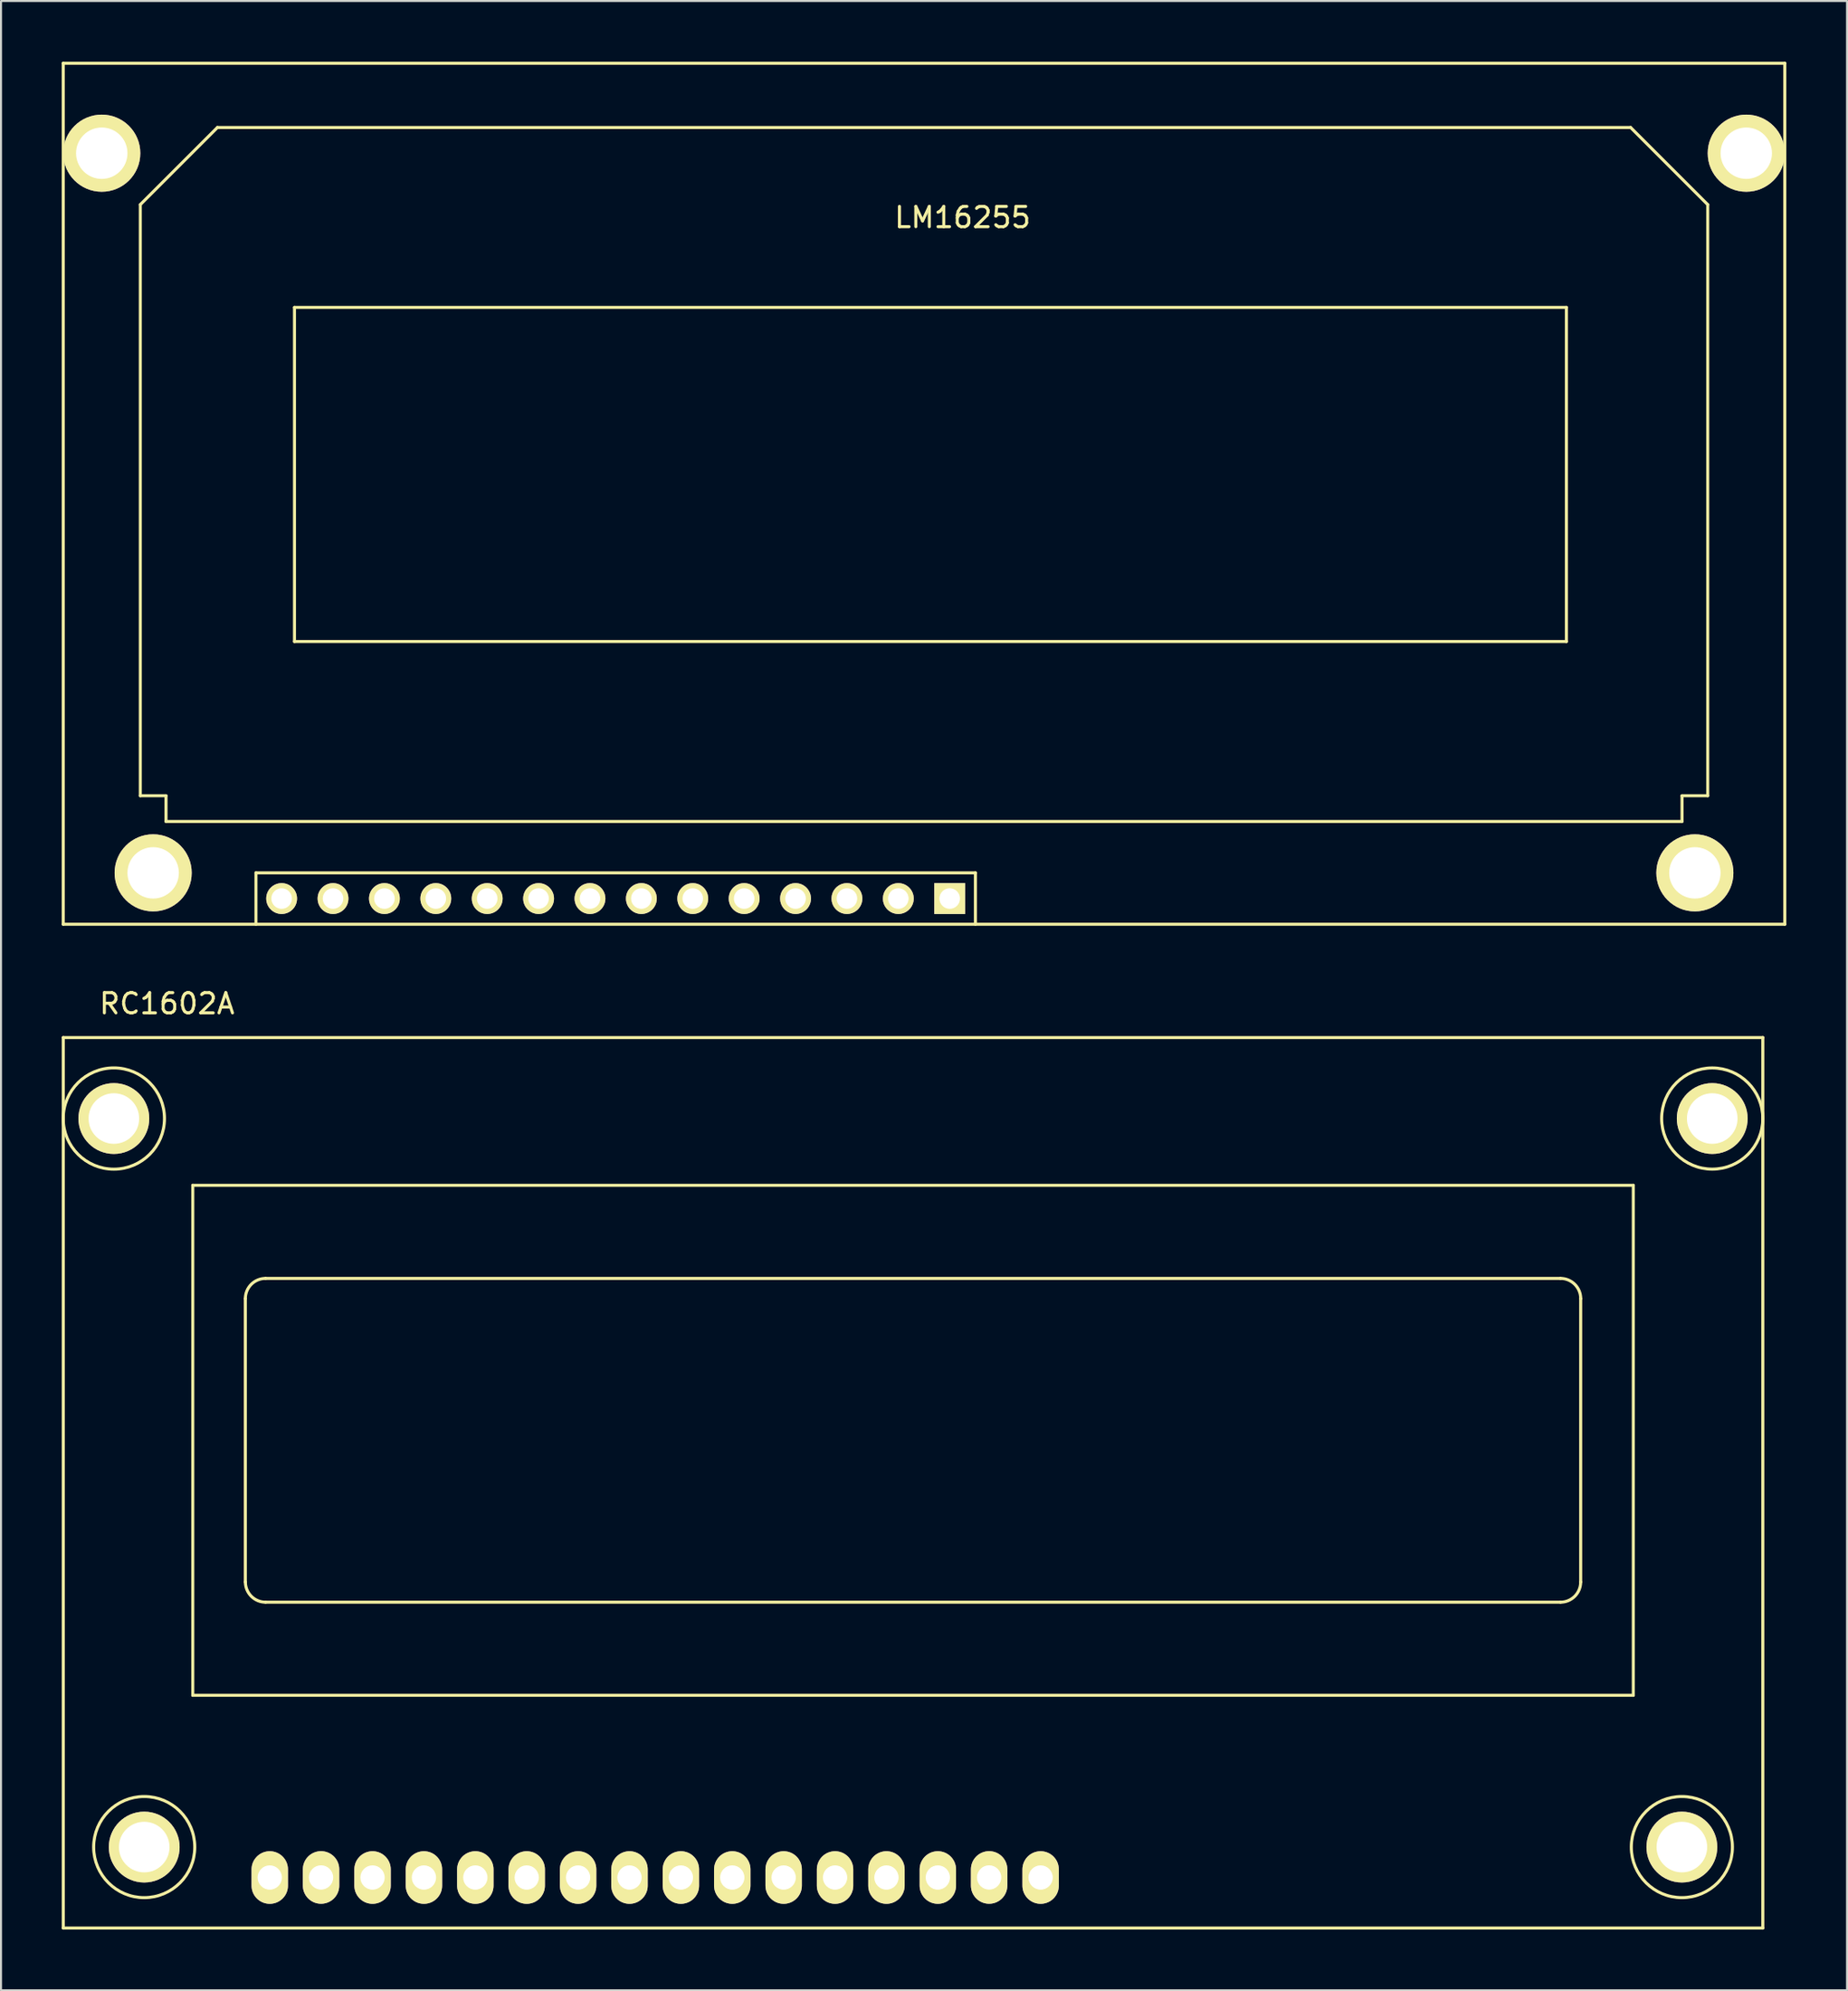
<source format=kicad_pcb>
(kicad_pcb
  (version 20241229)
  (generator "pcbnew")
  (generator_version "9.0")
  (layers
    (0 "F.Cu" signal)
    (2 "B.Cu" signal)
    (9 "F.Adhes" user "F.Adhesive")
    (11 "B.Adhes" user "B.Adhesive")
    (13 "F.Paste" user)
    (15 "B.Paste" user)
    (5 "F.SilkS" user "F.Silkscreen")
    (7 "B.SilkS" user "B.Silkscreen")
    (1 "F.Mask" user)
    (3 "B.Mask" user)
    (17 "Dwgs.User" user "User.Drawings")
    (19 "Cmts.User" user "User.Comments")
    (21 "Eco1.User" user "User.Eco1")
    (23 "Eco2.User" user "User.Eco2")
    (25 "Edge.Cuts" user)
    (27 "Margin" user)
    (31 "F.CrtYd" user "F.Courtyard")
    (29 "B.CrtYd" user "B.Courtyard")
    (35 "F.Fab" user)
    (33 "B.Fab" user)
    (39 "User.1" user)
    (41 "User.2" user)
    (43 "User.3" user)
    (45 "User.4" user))
  (footprint "RC1602A"
    (layer "F.Cu")
    (at 43.303 89.723)
    (property "Reference" "RC1602A" (at -38.1 -43.18 0) (layer "F.SilkS") (effects (font (size 1 1) (thickness 0.15))))
    (attr through_hole)
    (fp_line (start -43.226 -41.504) (end -43.226 2.497) (stroke (width 0.15) (type solid)) (layer "F.SilkS"))
    (fp_line (start -36.825 -34.204) (end 34.374 -34.204) (stroke (width 0.15) (type solid)) (layer "F.SilkS"))
    (fp_line (start -36.825 -9.004) (end -36.825 -34.204) (stroke (width 0.15) (type solid)) (layer "F.SilkS"))
    (fp_line (start -34.227 -14.602) (end -34.227 -28.603) (stroke (width 0.15) (type solid)) (layer "F.SilkS"))
    (fp_line (start -33.226 -29.604) (end 30.775 -29.604) (stroke (width 0.15) (type solid)) (layer "F.SilkS"))
    (fp_line (start 30.775 -13.604) (end -33.226 -13.604) (stroke (width 0.15) (type solid)) (layer "F.SilkS"))
    (fp_line (start 31.773 -28.603) (end 31.773 -14.602) (stroke (width 0.15) (type solid)) (layer "F.SilkS"))
    (fp_line (start 34.374 -34.204) (end 34.374 -9.004) (stroke (width 0.15) (type solid)) (layer "F.SilkS"))
    (fp_line (start 34.374 -9.004) (end -36.825 -9.004) (stroke (width 0.15) (type solid)) (layer "F.SilkS"))
    (fp_line (start 40.775 -41.504) (end -43.226 -41.504) (stroke (width 0.15) (type solid)) (layer "F.SilkS"))
    (fp_line (start 40.775 -41.504) (end 40.775 2.497) (stroke (width 0.15) (type solid)) (layer "F.SilkS"))
    (fp_line (start 40.775 2.497) (end -43.226 2.497) (stroke (width 0.15) (type solid)) (layer "F.SilkS"))
    (fp_arc (start -34.2265 -28.60294) (mid -33.933384 -29.310584) (end -33.22574 -29.6037) (stroke (width 0.15) (type solid)) (layer "F.SilkS"))
    (fp_arc (start -33.22574 -13.60424) (mid -33.931588 -13.896612) (end -34.22396 -14.60246) (stroke (width 0.15) (type solid)) (layer "F.SilkS"))
    (fp_arc (start 30.77464 -29.6037) (mid 31.482284 -29.310584) (end 31.7754 -28.60294) (stroke (width 0.15) (type solid)) (layer "F.SilkS"))
    (fp_arc (start 31.77286 -14.60246) (mid 31.480488 -13.896612) (end 30.77464 -13.60424) (stroke (width 0.15) (type solid)) (layer "F.SilkS"))
    (fp_circle (center -40.726 -37.503) (end -38.224 -37.503) (stroke (width 0.15) (type solid)) (fill no) (layer "F.SilkS"))
    (fp_circle (center -39.225 -1.504) (end -36.726 -1.504) (stroke (width 0.15) (type solid)) (fill no) (layer "F.SilkS"))
    (fp_circle (center 36.774 -1.504) (end 39.273 -1.504) (stroke (width 0.15) (type solid)) (fill no) (layer "F.SilkS"))
    (fp_circle (center 38.275 -37.503) (end 40.775 -37.503) (stroke (width 0.15) (type solid)) (fill no) (layer "F.SilkS"))
    (pad "0" thru_hole circle (at -40.726 -37.503) (size 3.5 3.5) (drill 2.5) (layers "*.Cu" "*.Mask" "F.SilkS"))
    (pad "0" thru_hole circle (at -39.225 -1.504) (size 3.5 3.5) (drill 2.5) (layers "*.Cu" "*.Mask" "F.SilkS"))
    (pad "0" thru_hole circle (at 36.774 -1.504) (size 3.5 3.5) (drill 2.5) (layers "*.Cu" "*.Mask" "F.SilkS"))
    (pad "0" thru_hole circle (at 38.275 -37.503) (size 3.5 3.5) (drill 2.5) (layers "*.Cu" "*.Mask" "F.SilkS"))
    (pad "1" thru_hole oval (at 0 0) (size 1.8 2.6) (drill 1.2) (layers "*.Cu" "*.Mask" "F.SilkS"))
    (pad "2" thru_hole oval (at -2.54 0) (size 1.8 2.6) (drill 1.2) (layers "*.Cu" "*.Mask" "F.SilkS"))
    (pad "3" thru_hole oval (at -5.08 0) (size 1.8 2.6) (drill 1.2) (layers "*.Cu" "*.Mask" "F.SilkS"))
    (pad "4" thru_hole oval (at -7.62 0) (size 1.8 2.6) (drill 1.2) (layers "*.Cu" "*.Mask" "F.SilkS"))
    (pad "5" thru_hole oval (at -10.16 0) (size 1.8 2.6) (drill 1.2) (layers "*.Cu" "*.Mask" "F.SilkS"))
    (pad "6" thru_hole oval (at -12.7 0) (size 1.8 2.6) (drill 1.2) (layers "*.Cu" "*.Mask" "F.SilkS"))
    (pad "7" thru_hole oval (at -15.24 0) (size 1.8 2.6) (drill 1.2) (layers "*.Cu" "*.Mask" "F.SilkS"))
    (pad "8" thru_hole oval (at -17.78 0) (size 1.8 2.6) (drill 1.2) (layers "*.Cu" "*.Mask" "F.SilkS"))
    (pad "9" thru_hole oval (at -20.32 0) (size 1.8 2.6) (drill 1.2) (layers "*.Cu" "*.Mask" "F.SilkS"))
    (pad "10" thru_hole oval (at -22.86 0) (size 1.8 2.6) (drill 1.2) (layers "*.Cu" "*.Mask" "F.SilkS"))
    (pad "11" thru_hole oval (at -25.4 0) (size 1.8 2.6) (drill 1.2) (layers "*.Cu" "*.Mask" "F.SilkS"))
    (pad "12" thru_hole oval (at -27.94 0) (size 1.8 2.6) (drill 1.2) (layers "*.Cu" "*.Mask" "F.SilkS"))
    (pad "13" thru_hole oval (at -30.485 -0.003) (size 1.8 2.6) (drill 1.2) (layers "*.Cu" "*.Mask" "F.SilkS"))
    (pad "14" thru_hole oval (at -33.02 0) (size 1.8 2.6) (drill 1.2) (layers "*.Cu" "*.Mask" "F.SilkS"))
    (pad "15" thru_hole oval (at 5.08 0) (size 1.8 2.6) (drill 1.2) (layers "*.Cu" "*.Mask" "F.SilkS"))
    (pad "16" thru_hole oval (at 2.535 -0.003) (size 1.8 2.6) (drill 1.2) (layers "*.Cu" "*.Mask" "F.SilkS")))
  (footprint "LM16255"
    (layer "F.Cu")
    (at 27.38 41.35)
    (property "Reference" "LM16255" (at 17.145 -33.655 0) (layer "F.SilkS") (effects (font (size 1 1) (thickness 0.15))))
    (attr through_hole)
    (fp_line (start -27.305 -41.275) (end 57.785 -41.275) (stroke (width 0.15) (type solid)) (layer "F.SilkS"))
    (fp_line (start -27.305 1.27) (end -27.305 -41.275) (stroke (width 0.15) (type solid)) (layer "F.SilkS"))
    (fp_line (start -23.495 -34.29) (end -19.685 -38.1) (stroke (width 0.15) (type solid)) (layer "F.SilkS"))
    (fp_line (start -23.495 -5.08) (end -23.495 -34.29) (stroke (width 0.15) (type solid)) (layer "F.SilkS"))
    (fp_line (start -22.225 -5.08) (end -23.495 -5.08) (stroke (width 0.15) (type solid)) (layer "F.SilkS"))
    (fp_line (start -22.225 -3.81) (end -22.225 -5.08) (stroke (width 0.15) (type solid)) (layer "F.SilkS"))
    (fp_line (start -19.685 -38.1) (end 50.165 -38.1) (stroke (width 0.15) (type solid)) (layer "F.SilkS"))
    (fp_line (start -17.78 -1.27) (end 17.78 -1.27) (stroke (width 0.15) (type solid)) (layer "F.SilkS"))
    (fp_line (start -17.78 1.27) (end -17.78 -1.27) (stroke (width 0.15) (type solid)) (layer "F.SilkS"))
    (fp_line (start -15.875 -29.21) (end 46.99 -29.21) (stroke (width 0.15) (type solid)) (layer "F.SilkS"))
    (fp_line (start -15.875 -12.7) (end -15.875 -29.21) (stroke (width 0.15) (type solid)) (layer "F.SilkS"))
    (fp_line (start 17.78 -1.27) (end 17.78 1.27) (stroke (width 0.15) (type solid)) (layer "F.SilkS"))
    (fp_line (start 46.99 -29.21) (end 46.99 -12.7) (stroke (width 0.15) (type solid)) (layer "F.SilkS"))
    (fp_line (start 46.99 -12.7) (end -15.875 -12.7) (stroke (width 0.15) (type solid)) (layer "F.SilkS"))
    (fp_line (start 50.165 -38.1) (end 53.975 -34.29) (stroke (width 0.15) (type solid)) (layer "F.SilkS"))
    (fp_line (start 52.705 -5.08) (end 52.705 -3.81) (stroke (width 0.15) (type solid)) (layer "F.SilkS"))
    (fp_line (start 52.705 -3.81) (end -22.225 -3.81) (stroke (width 0.15) (type solid)) (layer "F.SilkS"))
    (fp_line (start 53.975 -34.29) (end 53.975 -5.08) (stroke (width 0.15) (type solid)) (layer "F.SilkS"))
    (fp_line (start 53.975 -5.08) (end 52.705 -5.08) (stroke (width 0.15) (type solid)) (layer "F.SilkS"))
    (fp_line (start 57.785 -41.275) (end 57.785 1.27) (stroke (width 0.15) (type solid)) (layer "F.SilkS"))
    (fp_line (start 57.785 1.27) (end -27.305 1.27) (stroke (width 0.15) (type solid)) (layer "F.SilkS"))
    (pad "1" thru_hole rect (at 16.51 0) (size 1.524 1.524) (drill 1.016) (layers "*.Cu" "*.Mask" "F.SilkS"))
    (pad "2" thru_hole circle (at 13.97 0) (size 1.524 1.524) (drill 1.016) (layers "*.Cu" "*.Mask" "F.SilkS"))
    (pad "3" thru_hole circle (at 11.43 0) (size 1.524 1.524) (drill 1.016) (layers "*.Cu" "*.Mask" "F.SilkS"))
    (pad "4" thru_hole circle (at 8.89 0) (size 1.524 1.524) (drill 1.016) (layers "*.Cu" "*.Mask" "F.SilkS"))
    (pad "5" thru_hole circle (at 6.35 0) (size 1.524 1.524) (drill 1.016) (layers "*.Cu" "*.Mask" "F.SilkS"))
    (pad "6" thru_hole circle (at 3.81 0) (size 1.524 1.524) (drill 1.016) (layers "*.Cu" "*.Mask" "F.SilkS"))
    (pad "7" thru_hole circle (at 1.27 0) (size 1.524 1.524) (drill 1.016) (layers "*.Cu" "*.Mask" "F.SilkS"))
    (pad "8" thru_hole circle (at -1.27 0) (size 1.524 1.524) (drill 1.016) (layers "*.Cu" "*.Mask" "F.SilkS"))
    (pad "9" thru_hole circle (at -3.81 0) (size 1.524 1.524) (drill 1.016) (layers "*.Cu" "*.Mask" "F.SilkS"))
    (pad "10" thru_hole circle (at -6.35 0) (size 1.524 1.524) (drill 1.016) (layers "*.Cu" "*.Mask" "F.SilkS"))
    (pad "11" thru_hole circle (at -8.89 0) (size 1.524 1.524) (drill 1.016) (layers "*.Cu" "*.Mask" "F.SilkS"))
    (pad "12" thru_hole circle (at -11.43 0) (size 1.524 1.524) (drill 1.016) (layers "*.Cu" "*.Mask" "F.SilkS"))
    (pad "13" thru_hole circle (at -13.97 0) (size 1.524 1.524) (drill 1.016) (layers "*.Cu" "*.Mask" "F.SilkS"))
    (pad "14" thru_hole circle (at -16.51 0) (size 1.524 1.524) (drill 1.016) (layers "*.Cu" "*.Mask" "F.SilkS"))
    (pad "HOLE" thru_hole circle (at -25.4 -36.83) (size 3.81 3.81) (drill 2.54) (layers "*.Cu" "*.Mask" "F.SilkS"))
    (pad "HOLE" thru_hole circle (at -22.86 -1.27) (size 3.81 3.81) (drill 2.54) (layers "*.Cu" "*.Mask" "F.SilkS"))
    (pad "HOLE" thru_hole circle (at 53.34 -1.27) (size 3.81 3.81) (drill 2.54) (layers "*.Cu" "*.Mask" "F.SilkS"))
    (pad "HOLE" thru_hole circle (at 55.88 -36.83) (size 3.81 3.81) (drill 2.54) (layers "*.Cu" "*.Mask" "F.SilkS")))
  (gr_rect
    (start -3 -3)
    (end 88.24 95.295)
    (stroke (width 0.1) (type default))
    (fill no)
    (layer "Edge.Cuts")))
</source>
